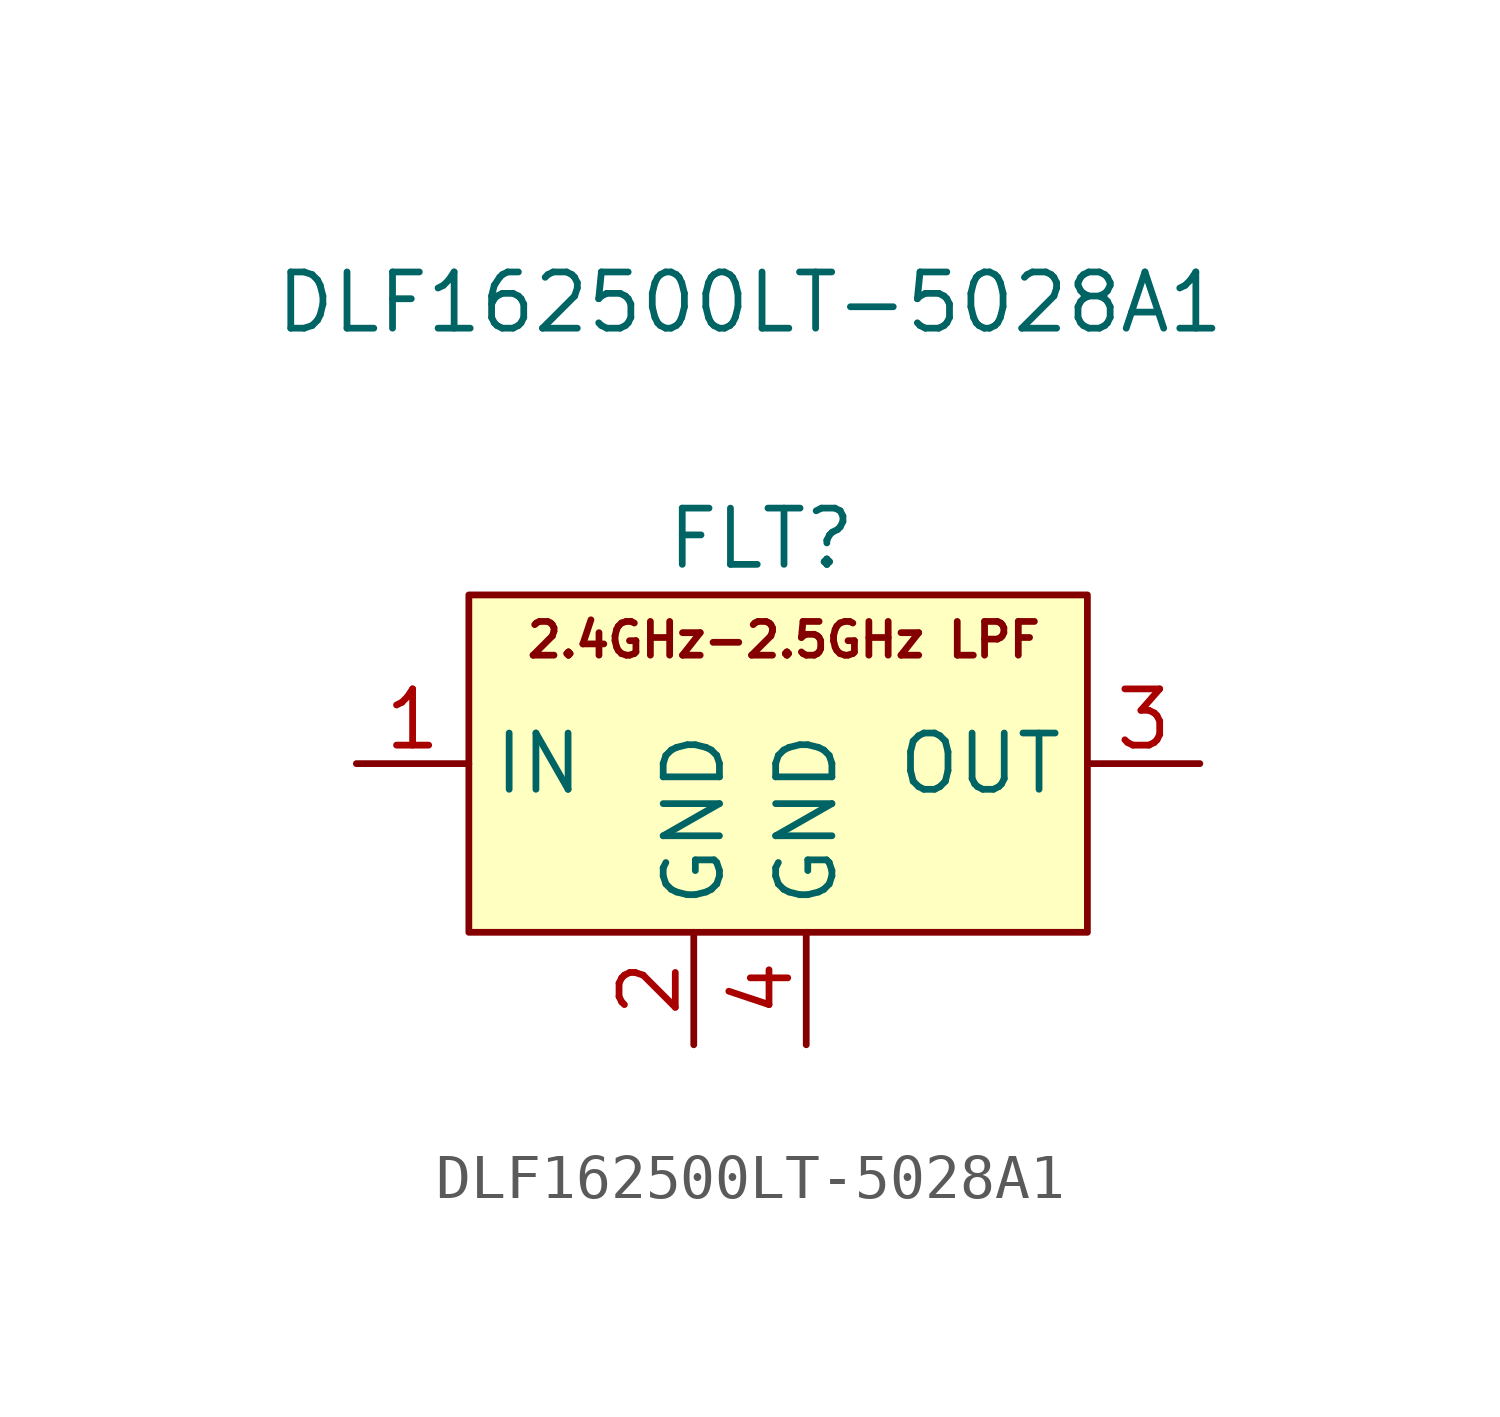
<source format=kicad_sym>
(kicad_symbol_lib
  (version 20241209)
  (generator "kicad_symbol_editor")
  (generator_version "9.0")
  (symbol "DLF162500LT-5028A1"
    (property "Reference" "FLT"
      (at 0.254 5.08 0)
      (effects (font (size 1.27 1.27))))
    (property "Value" "DLF162500LT-5028A1"
      (at 0 10.414 0)
      (effects (font (size 1.27 1.27))))
    (symbol "DLF162500LT-5028A1_0_0"
      (pin passive line (at -8.89 0 0) (length 2.54) (name "IN" (effects (font (size 1.27 1.27)))) (number "1" (effects (font (size 1.27 1.27)))))
      (pin passive line (at -1.27 -6.35 90) (length 2.54) (name "GND" (effects (font (size 1.27 1.27)))) (number "2" (effects (font (size 1.27 1.27)))))
      (pin passive line (at 1.27 -6.35 90) (length 2.54) (name "GND" (effects (font (size 1.27 1.27)))) (number "4" (effects (font (size 1.27 1.27))))))
    (symbol "DLF162500LT-5028A1_1_0"
      (pin passive line (at 10.16 0 180) (length 2.54) (name "OUT" (effects (font (size 1.27 1.27)))) (number "3" (effects (font (size 1.27 1.27))))))
    (symbol "DLF162500LT-5028A1_1_1"
      (rectangle (start -6.35 3.81) (end 7.62 -3.81) (stroke (width 0) (type solid)) (fill (type background)))
      (text "2.4GHz-2.5GHz LPF" (at 0.762 2.794 0) (effects (font (size 0.762 0.762)))))))
</source>
